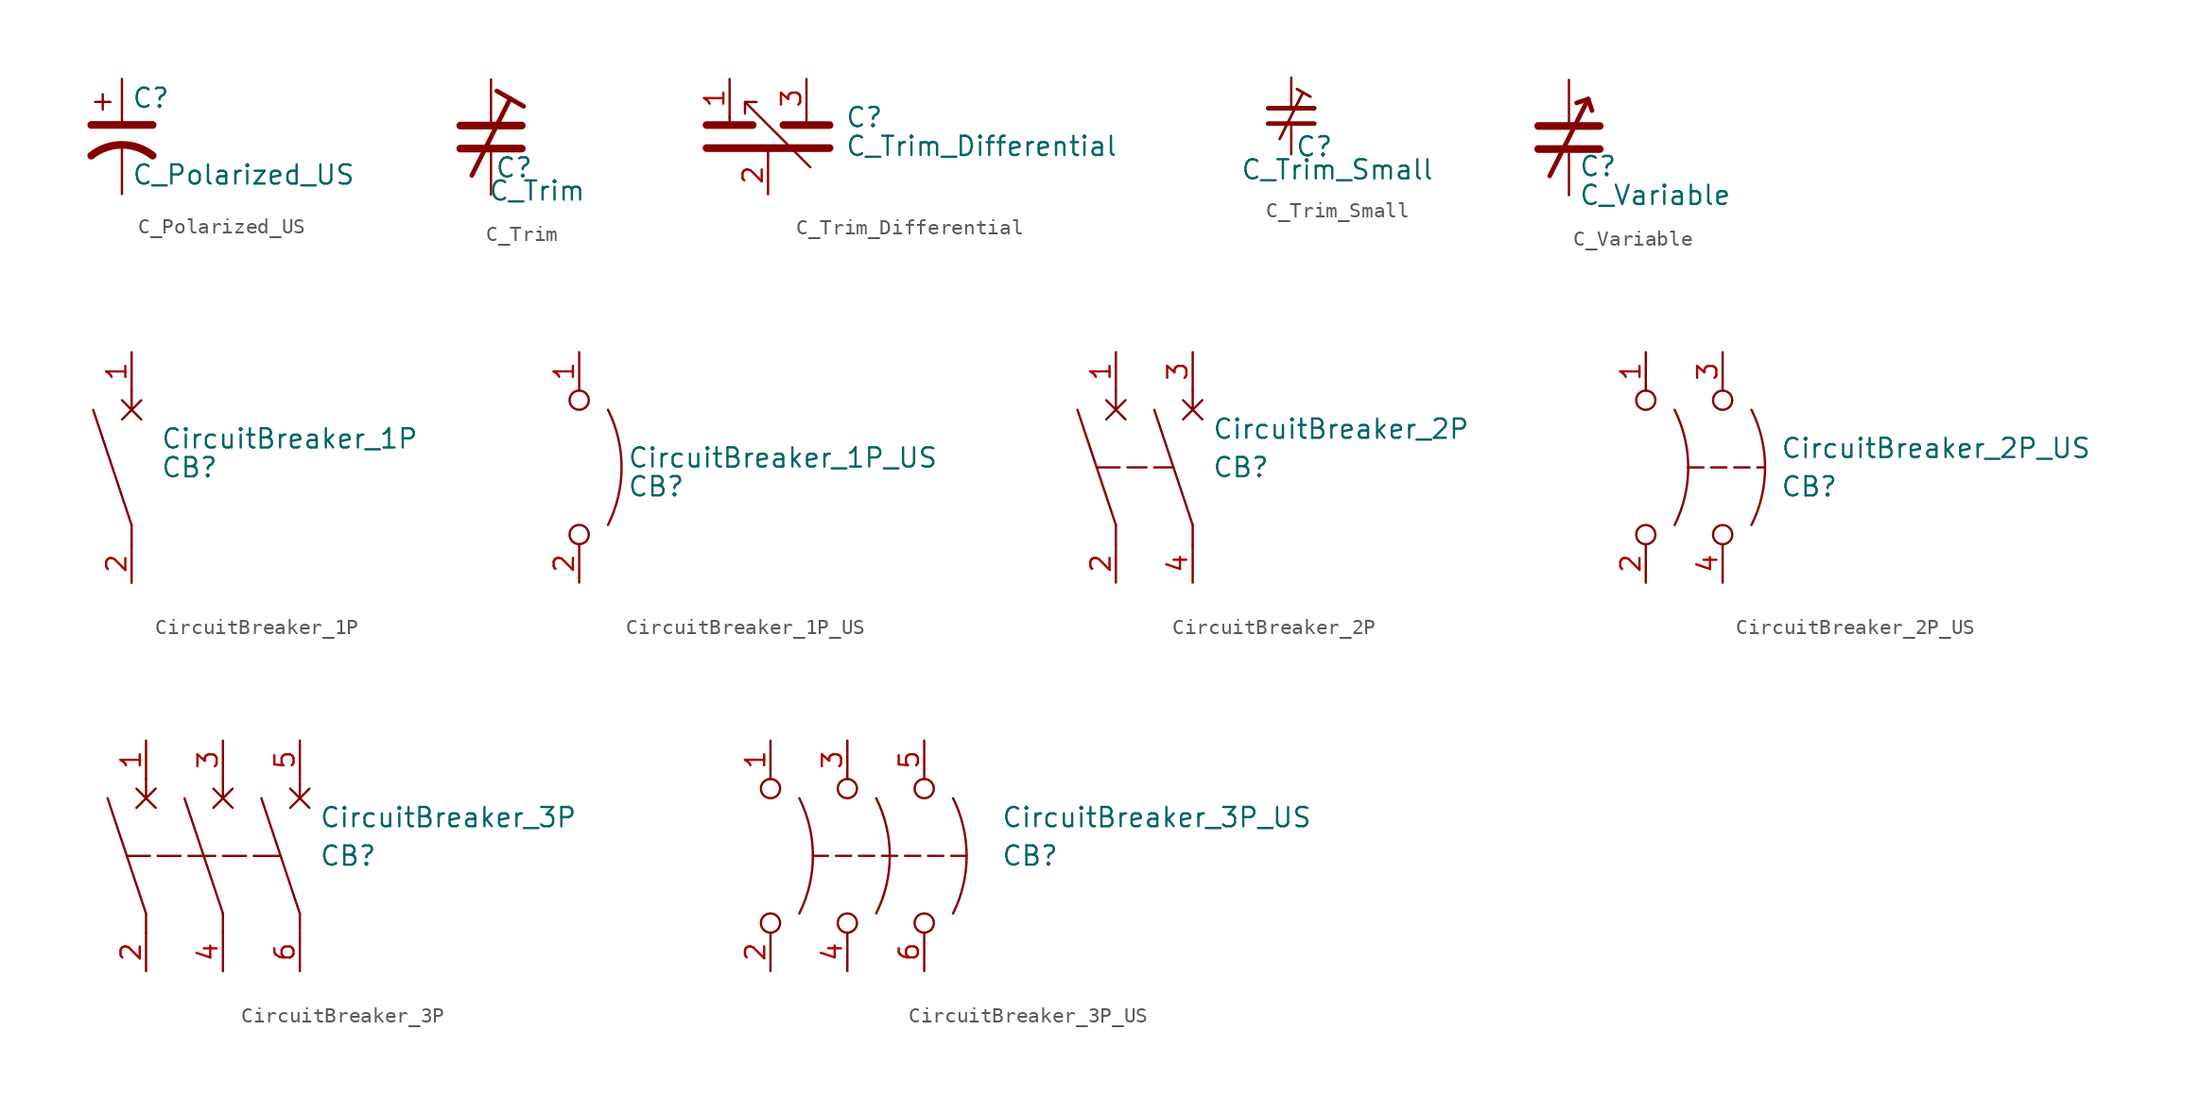
<source format=kicad_sym>
(kicad_symbol_lib
  (version 20241209)
  (generator "kicad_symbol_editor")
  (generator_version "9.0")
  (symbol "C_Polarized_US"
    (pin_numbers
      (hide yes))
    (pin_names
      (offset 0.254)
      (hide yes))
    (property "Reference" "C"
      (at 0.635 2.54 0)
      (effects (font (size 1.27 1.27)) (justify left)))
    (property "Value" "C_Polarized_US"
      (at 0.635 -2.54 0)
      (effects (font (size 1.27 1.27)) (justify left)))
    (symbol "C_Polarized_US_0_1"
      (polyline (pts (xy -2.032 0.762) (xy 2.032 0.762)) (stroke (width 0.508) (type solid)) (fill (type none)))
      (polyline (pts (xy -1.778 2.286) (xy -0.762 2.286)) (stroke (width 0) (type solid)) (fill (type none)))
      (polyline (pts (xy -1.27 1.778) (xy -1.27 2.794)) (stroke (width 0) (type solid)) (fill (type none)))
      (arc (start -2.032 -1.27) (mid 0 -0.5572) (end 2.032 -1.27) (stroke (width 0.508) (type solid)) (fill (type none))))
    (symbol "C_Polarized_US_1_1"
      (pin passive line (at 0 3.81 270) (length 2.794) (name "~" (effects (font (size 1.27 1.27)))) (number "1" (effects (font (size 1.27 1.27)))))
      (pin passive line (at 0 -3.81 90) (length 3.302) (name "~" (effects (font (size 1.27 1.27)))) (number "2" (effects (font (size 1.27 1.27)))))))
  (symbol "C_Trim"
    (pin_numbers
      (hide yes))
    (pin_names
      (offset 0.254)
      (hide yes))
    (property "Reference" "C"
      (at 1.524 -2.032 0)
      (effects (font (size 1.27 1.27))))
    (property "Value" "C_Trim"
      (at 3.048 -3.556 0)
      (effects (font (size 1.27 1.27))))
    (symbol "C_Trim_0_1"
      (polyline (pts (xy -2.032 0.762) (xy 2.032 0.762)) (stroke (width 0.508) (type solid)) (fill (type none)))
      (polyline (pts (xy -2.032 -0.762) (xy 2.032 -0.762)) (stroke (width 0.508) (type solid)) (fill (type none)))
      (polyline (pts (xy 1.27 2.54) (xy -1.27 -2.54)) (stroke (width 0.305) (type solid)) (fill (type none)))
      (polyline (pts (xy 1.27 2.54) (xy 0.381 3.048)) (stroke (width 0.305) (type solid)) (fill (type none)))
      (polyline (pts (xy 1.27 2.54) (xy 2.159 2.032)) (stroke (width 0.305) (type solid)) (fill (type none))))
    (symbol "C_Trim_1_1"
      (pin passive line (at 0 3.81 270) (length 3.048) (name "~" (effects (font (size 1.27 1.27)))) (number "1" (effects (font (size 1.27 1.27)))))
      (pin passive line (at 0 -3.81 90) (length 3.048) (name "~" (effects (font (size 1.27 1.27)))) (number "2" (effects (font (size 1.27 1.27)))))))
  (symbol "C_Trim_Differential"
    (pin_names
      (offset 0.254)
      (hide yes))
    (property "Reference" "C"
      (at 5.08 1.27 0)
      (effects (font (size 1.27 1.27)) (justify left)))
    (property "Value" "C_Trim_Differential"
      (at 5.08 -0.635 0)
      (effects (font (size 1.27 1.27)) (justify left)))
    (symbol "C_Trim_Differential_0_1"
      (polyline (pts (xy -4.064 0.762) (xy -1.016 0.762)) (stroke (width 0.508) (type solid)) (fill (type none)))
      (polyline (pts (xy -4.064 -0.762) (xy 4.064 -0.762)) (stroke (width 0.508) (type solid)) (fill (type none)))
      (polyline (pts (xy -2.54 1.27) (xy -2.54 0.762)) (stroke (width 0) (type solid)) (fill (type none)))
      (polyline (pts (xy -1.524 2.286) (xy 2.794 -2.032)) (stroke (width 0) (type solid)) (fill (type none)))
      (polyline (pts (xy -0.762 2.286) (xy -1.524 2.286) (xy -1.524 1.524)) (stroke (width 0) (type solid)) (fill (type none)))
      (polyline (pts (xy 0 -1.27) (xy 0 -0.762)) (stroke (width 0) (type solid)) (fill (type none)))
      (polyline (pts (xy 1.016 0.762) (xy 4.064 0.762)) (stroke (width 0.508) (type solid)) (fill (type none)))
      (polyline (pts (xy 2.54 1.27) (xy 2.54 0.762)) (stroke (width 0) (type solid)) (fill (type none))))
    (symbol "C_Trim_Differential_1_1"
      (pin passive line (at -2.54 3.81 270) (length 2.54) (name "~" (effects (font (size 1.27 1.27)))) (number "1" (effects (font (size 1.27 1.27)))))
      (pin passive line (at 0 -3.81 90) (length 2.54) (name "~" (effects (font (size 1.27 1.27)))) (number "2" (effects (font (size 1.27 1.27)))))
      (pin passive line (at 2.54 3.81 270) (length 2.54) (name "~" (effects (font (size 1.27 1.27)))) (number "3" (effects (font (size 1.27 1.27)))))))
  (symbol "C_Trim_Small"
    (pin_numbers
      (hide yes))
    (pin_names
      (offset 0.254)
      (hide yes))
    (property "Reference" "C"
      (at 1.524 -2.032 0)
      (effects (font (size 1.27 1.27))))
    (property "Value" "C_Trim_Small"
      (at 3.048 -3.556 0)
      (effects (font (size 1.27 1.27))))
    (symbol "C_Trim_Small_0_1"
      (polyline (pts (xy -1.524 0.508) (xy 1.524 0.508)) (stroke (width 0.305) (type solid)) (fill (type none)))
      (polyline (pts (xy -1.524 -0.508) (xy 1.524 -0.508)) (stroke (width 0.305) (type solid)) (fill (type none)))
      (polyline (pts (xy 0.762 1.524) (xy -0.762 -1.524)) (stroke (width 0.178) (type solid)) (fill (type none)))
      (polyline (pts (xy 1.27 1.27) (xy 0.381 1.778)) (stroke (width 0.178) (type solid)) (fill (type none))))
    (symbol "C_Trim_Small_1_1"
      (pin passive line (at 0 2.54 270) (length 2.032) (name "~" (effects (font (size 1.27 1.27)))) (number "1" (effects (font (size 1.27 1.27)))))
      (pin passive line (at 0 -2.54 90) (length 2.032) (name "~" (effects (font (size 1.27 1.27)))) (number "2" (effects (font (size 1.27 1.27)))))))
  (symbol "C_Variable"
    (pin_numbers
      (hide yes))
    (pin_names
      (offset 0.254)
      (hide yes))
    (property "Reference" "C"
      (at 0.635 -1.905 0)
      (effects (font (size 1.27 1.27)) (justify left)))
    (property "Value" "C_Variable"
      (at 0.635 -3.81 0)
      (effects (font (size 1.27 1.27)) (justify left)))
    (symbol "C_Variable_0_1"
      (polyline (pts (xy -2.032 0.762) (xy 2.032 0.762)) (stroke (width 0.508) (type solid)) (fill (type none)))
      (polyline (pts (xy -2.032 -0.762) (xy 2.032 -0.762)) (stroke (width 0.508) (type solid)) (fill (type none)))
      (polyline (pts (xy 1.27 2.54) (xy -1.27 -2.54)) (stroke (width 0.305) (type solid)) (fill (type none)))
      (polyline (pts (xy 1.27 2.54) (xy 0.508 2.286)) (stroke (width 0.305) (type solid)) (fill (type none)))
      (polyline (pts (xy 1.27 2.54) (xy 1.524 1.778)) (stroke (width 0.305) (type solid)) (fill (type none))))
    (symbol "C_Variable_1_1"
      (pin passive line (at 0 3.81 270) (length 3.048) (name "~" (effects (font (size 1.27 1.27)))) (number "1" (effects (font (size 1.27 1.27)))))
      (pin passive line (at 0 -3.81 90) (length 3.048) (name "~" (effects (font (size 1.27 1.27)))) (number "2" (effects (font (size 1.27 1.27)))))))
  (symbol "CircuitBreaker_1P"
    (property "Reference" "CB"
      (at 1.905 0 0)
      (effects (font (size 1.27 1.27)) (justify left)))
    (property "Value" "CircuitBreaker_1P"
      (at 1.905 1.905 0)
      (effects (font (size 1.27 1.27)) (justify left)))
    (symbol "CircuitBreaker_1P_0_1"
      (polyline (pts (xy 0 -3.81) (xy -2.54 3.81)) (stroke (width 0) (type solid)) (fill (type none)))
      (polyline (pts (xy 0 -5.08) (xy 0 -3.81)) (stroke (width 0) (type solid)) (fill (type none))))
    (symbol "CircuitBreaker_1P_1_1"
      (polyline (pts (xy -0.635 4.445) (xy 0.635 3.175)) (stroke (width 0) (type solid)) (fill (type none)))
      (polyline (pts (xy 0 5.08) (xy 0 3.81)) (stroke (width 0) (type solid)) (fill (type none)))
      (polyline (pts (xy 0.635 4.445) (xy -0.635 3.175)) (stroke (width 0) (type solid)) (fill (type none)))
      (pin passive line (at 0 7.62 270) (length 2.54) (name "~" (effects (font (size 1.27 1.27)))) (number "1" (effects (font (size 1.27 1.27)))))
      (pin passive line (at 0 -7.62 90) (length 2.54) (name "~" (effects (font (size 1.27 1.27)))) (number "2" (effects (font (size 1.27 1.27)))))))
  (symbol "CircuitBreaker_1P_US"
    (property "Reference" "CB"
      (at 3.175 -1.27 0)
      (effects (font (size 1.27 1.27)) (justify left)))
    (property "Value" "CircuitBreaker_1P_US"
      (at 3.175 0.635 0)
      (effects (font (size 1.27 1.27)) (justify left)))
    (symbol "CircuitBreaker_1P_US_0_1"
      (arc (start 1.905 3.81) (mid 2.8044 0) (end 1.905 -3.81) (stroke (width 0) (type solid)) (fill (type none)))
      (circle (center 0 4.445) (radius 0.635) (stroke (width 0) (type solid)) (fill (type none)))
      (circle (center 0 -4.445) (radius 0.635) (stroke (width 0) (type solid)) (fill (type none))))
    (symbol "CircuitBreaker_1P_US_1_1"
      (pin passive line (at 0 7.62 270) (length 2.54) (name "~" (effects (font (size 1.27 1.27)))) (number "1" (effects (font (size 1.27 1.27)))))
      (pin passive line (at 0 -7.62 90) (length 2.54) (name "~" (effects (font (size 1.27 1.27)))) (number "2" (effects (font (size 1.27 1.27)))))))
  (symbol "CircuitBreaker_2P"
    (property "Reference" "CB"
      (at 3.81 0 0)
      (effects (font (size 1.27 1.27)) (justify left)))
    (property "Value" "CircuitBreaker_2P"
      (at 3.81 2.54 0)
      (effects (font (size 1.27 1.27)) (justify left)))
    (symbol "CircuitBreaker_2P_0_1"
      (polyline (pts (xy -3.81 0) (xy -2.286 0)) (stroke (width 0) (type solid)) (fill (type none)))
      (polyline (pts (xy -2.54 -3.81) (xy -5.08 3.81)) (stroke (width 0) (type solid)) (fill (type none)))
      (polyline (pts (xy -1.778 0) (xy -0.508 0)) (stroke (width 0) (type solid)) (fill (type none)))
      (polyline (pts (xy 0 0) (xy 1.27 0)) (stroke (width 0) (type solid)) (fill (type none)))
      (polyline (pts (xy 2.54 -3.81) (xy 0 3.81)) (stroke (width 0) (type solid)) (fill (type none)))
      (polyline (pts (xy 2.54 -5.08) (xy 2.54 -3.81)) (stroke (width 0) (type solid)) (fill (type none))))
    (symbol "CircuitBreaker_2P_1_1"
      (polyline (pts (xy -3.175 4.445) (xy -1.905 3.175)) (stroke (width 0) (type solid)) (fill (type none)))
      (polyline (pts (xy -2.54 5.08) (xy -2.54 3.81)) (stroke (width 0) (type solid)) (fill (type none)))
      (polyline (pts (xy -2.54 -3.81) (xy -2.54 -5.08)) (stroke (width 0) (type solid)) (fill (type none)))
      (polyline (pts (xy -1.905 4.445) (xy -3.175 3.175)) (stroke (width 0) (type solid)) (fill (type none)))
      (polyline (pts (xy 1.905 4.445) (xy 3.175 3.175)) (stroke (width 0) (type solid)) (fill (type none)))
      (polyline (pts (xy 2.54 5.08) (xy 2.54 3.81)) (stroke (width 0) (type solid)) (fill (type none)))
      (polyline (pts (xy 3.175 4.445) (xy 1.905 3.175)) (stroke (width 0) (type solid)) (fill (type none)))
      (pin passive line (at -2.54 7.62 270) (length 2.54) (name "~" (effects (font (size 1.27 1.27)))) (number "1" (effects (font (size 1.27 1.27)))))
      (pin passive line (at -2.54 -7.62 90) (length 2.54) (name "~" (effects (font (size 1.27 1.27)))) (number "2" (effects (font (size 1.27 1.27)))))
      (pin passive line (at 2.54 7.62 270) (length 2.54) (name "~" (effects (font (size 1.27 1.27)))) (number "3" (effects (font (size 1.27 1.27)))))
      (pin passive line (at 2.54 -7.62 90) (length 2.54) (name "~" (effects (font (size 1.27 1.27)))) (number "4" (effects (font (size 1.27 1.27)))))))
  (symbol "CircuitBreaker_2P_US"
    (property "Reference" "CB"
      (at 6.35 -1.27 0)
      (effects (font (size 1.27 1.27)) (justify left)))
    (property "Value" "CircuitBreaker_2P_US"
      (at 6.35 1.27 0)
      (effects (font (size 1.27 1.27)) (justify left)))
    (symbol "CircuitBreaker_2P_US_0_1"
      (arc (start -0.635 3.81) (mid 0.2644 0) (end -0.635 -3.81) (stroke (width 0) (type solid)) (fill (type none)))
      (circle (center -2.54 4.445) (radius 0.635) (stroke (width 0) (type solid)) (fill (type none)))
      (circle (center -2.54 -4.445) (radius 0.635) (stroke (width 0) (type solid)) (fill (type none)))
      (polyline (pts (xy 0.254 0) (xy 0.254 0)) (stroke (width 0) (type solid)) (fill (type none)))
      (polyline (pts (xy 0.254 0) (xy 1.27 0)) (stroke (width 0) (type solid)) (fill (type none)))
      (polyline (pts (xy 1.778 0) (xy 2.794 0)) (stroke (width 0) (type solid)) (fill (type none)))
      (polyline (pts (xy 3.302 0) (xy 4.318 0)) (stroke (width 0) (type solid)) (fill (type none)))
      (polyline (pts (xy 4.826 0) (xy 5.334 0)) (stroke (width 0) (type solid)) (fill (type none))))
    (symbol "CircuitBreaker_2P_US_1_1"
      (arc (start 4.445 3.81) (mid 5.3444 0) (end 4.445 -3.81) (stroke (width 0) (type solid)) (fill (type none)))
      (circle (center 2.54 4.445) (radius 0.635) (stroke (width 0) (type solid)) (fill (type none)))
      (circle (center 2.54 -4.445) (radius 0.635) (stroke (width 0) (type solid)) (fill (type none)))
      (pin passive line (at -2.54 7.62 270) (length 2.54) (name "~" (effects (font (size 1.27 1.27)))) (number "1" (effects (font (size 1.27 1.27)))))
      (pin passive line (at -2.54 -7.62 90) (length 2.54) (name "~" (effects (font (size 1.27 1.27)))) (number "2" (effects (font (size 1.27 1.27)))))
      (pin passive line (at 2.54 7.62 270) (length 2.54) (name "~" (effects (font (size 1.27 1.27)))) (number "3" (effects (font (size 1.27 1.27)))))
      (pin passive line (at 2.54 -7.62 90) (length 2.54) (name "~" (effects (font (size 1.27 1.27)))) (number "4" (effects (font (size 1.27 1.27)))))))
  (symbol "CircuitBreaker_3P"
    (property "Reference" "CB"
      (at 6.35 0 0)
      (effects (font (size 1.27 1.27)) (justify left)))
    (property "Value" "CircuitBreaker_3P"
      (at 6.35 2.54 0)
      (effects (font (size 1.27 1.27)) (justify left)))
    (symbol "CircuitBreaker_3P_0_1"
      (polyline (pts (xy -6.35 0) (xy -4.826 0)) (stroke (width 0) (type solid)) (fill (type none)))
      (polyline (pts (xy -5.715 4.445) (xy -4.445 3.175)) (stroke (width 0) (type solid)) (fill (type none)))
      (polyline (pts (xy -5.08 5.08) (xy -5.08 3.81)) (stroke (width 0) (type solid)) (fill (type none)))
      (polyline (pts (xy -5.08 -3.81) (xy -7.62 3.81)) (stroke (width 0) (type solid)) (fill (type none)))
      (polyline (pts (xy -5.08 -5.08) (xy -5.08 -3.81)) (stroke (width 0) (type solid)) (fill (type none)))
      (polyline (pts (xy -4.445 4.445) (xy -5.715 3.175)) (stroke (width 0) (type solid)) (fill (type none)))
      (polyline (pts (xy -4.318 0) (xy -2.794 0) (xy -3.048 0)) (stroke (width 0) (type solid)) (fill (type none)))
      (polyline (pts (xy -2.286 0) (xy -0.508 0)) (stroke (width 0) (type solid)) (fill (type none)))
      (polyline (pts (xy -0.635 4.445) (xy 0 3.81) (xy 0.635 3.175)) (stroke (width 0) (type solid)) (fill (type none)))
      (polyline (pts (xy 0 5.08) (xy 0 3.81)) (stroke (width 0) (type solid)) (fill (type none)))
      (polyline (pts (xy 0 0) (xy 1.524 0)) (stroke (width 0) (type solid)) (fill (type none)))
      (polyline (pts (xy 0 -3.81) (xy -2.54 3.81)) (stroke (width 0) (type solid)) (fill (type none)))
      (polyline (pts (xy 0 -5.08) (xy 0 -3.81)) (stroke (width 0) (type solid)) (fill (type none)))
      (polyline (pts (xy 0.635 4.445) (xy -0.635 3.175)) (stroke (width 0) (type solid)) (fill (type none)))
      (polyline (pts (xy 2.032 0) (xy 3.81 0)) (stroke (width 0) (type solid)) (fill (type none)))
      (polyline (pts (xy 4.445 4.445) (xy 5.715 3.175)) (stroke (width 0) (type solid)) (fill (type none)))
      (polyline (pts (xy 5.08 5.08) (xy 5.08 3.81)) (stroke (width 0) (type solid)) (fill (type none)))
      (polyline (pts (xy 5.08 -3.81) (xy 2.54 3.81)) (stroke (width 0) (type solid)) (fill (type none)))
      (polyline (pts (xy 5.08 -5.08) (xy 5.08 -3.81)) (stroke (width 0) (type solid)) (fill (type none)))
      (polyline (pts (xy 5.715 4.445) (xy 4.445 3.175)) (stroke (width 0) (type solid)) (fill (type none))))
    (symbol "CircuitBreaker_3P_1_1"
      (pin passive line (at -5.08 7.62 270) (length 2.54) (name "~" (effects (font (size 1.27 1.27)))) (number "1" (effects (font (size 1.27 1.27)))))
      (pin passive line (at -5.08 -7.62 90) (length 2.54) (name "~" (effects (font (size 1.27 1.27)))) (number "2" (effects (font (size 1.27 1.27)))))
      (pin passive line (at 0 7.62 270) (length 2.54) (name "~" (effects (font (size 1.27 1.27)))) (number "3" (effects (font (size 1.27 1.27)))))
      (pin passive line (at 0 -7.62 90) (length 2.54) (name "~" (effects (font (size 1.27 1.27)))) (number "4" (effects (font (size 1.27 1.27)))))
      (pin passive line (at 5.08 7.62 270) (length 2.54) (name "~" (effects (font (size 1.27 1.27)))) (number "5" (effects (font (size 1.27 1.27)))))
      (pin passive line (at 5.08 -7.62 90) (length 2.54) (name "~" (effects (font (size 1.27 1.27)))) (number "6" (effects (font (size 1.27 1.27)))))))
  (symbol "CircuitBreaker_3P_US"
    (property "Reference" "CB"
      (at 10.16 0 0)
      (effects (font (size 1.27 1.27)) (justify left)))
    (property "Value" "CircuitBreaker_3P_US"
      (at 10.16 2.54 0)
      (effects (font (size 1.27 1.27)) (justify left)))
    (symbol "CircuitBreaker_3P_US_0_1"
      (arc (start 1.905 3.81) (mid 2.8044 0) (end 1.905 -3.81) (stroke (width 0) (type solid)) (fill (type none)))
      (polyline (pts (xy -2.286 0) (xy -1.27 0)) (stroke (width 0) (type solid)) (fill (type none)))
      (polyline (pts (xy -0.762 0) (xy 0.254 0)) (stroke (width 0) (type solid)) (fill (type none)))
      (circle (center 0 4.445) (radius 0.635) (stroke (width 0) (type solid)) (fill (type none)))
      (circle (center 0 -4.445) (radius 0.635) (stroke (width 0) (type solid)) (fill (type none)))
      (polyline (pts (xy 0.762 0) (xy 1.778 0)) (stroke (width 0) (type solid)) (fill (type none)))
      (polyline (pts (xy 2.286 0) (xy 3.302 0)) (stroke (width 0) (type solid)) (fill (type none)))
      (polyline (pts (xy 3.81 0) (xy 4.826 0)) (stroke (width 0) (type solid)) (fill (type none)))
      (polyline (pts (xy 5.334 0) (xy 6.35 0)) (stroke (width 0) (type solid)) (fill (type none)))
      (polyline (pts (xy 6.858 0) (xy 7.874 0)) (stroke (width 0) (type solid)) (fill (type none))))
    (symbol "CircuitBreaker_3P_US_1_1"
      (arc (start -3.175 3.81) (mid -2.2756 0) (end -3.175 -3.81) (stroke (width 0) (type solid)) (fill (type none)))
      (circle (center -5.08 4.445) (radius 0.635) (stroke (width 0) (type solid)) (fill (type none)))
      (circle (center -5.08 -4.445) (radius 0.635) (stroke (width 0) (type solid)) (fill (type none)))
      (arc (start 6.985 3.81) (mid 7.8844 0) (end 6.985 -3.81) (stroke (width 0) (type solid)) (fill (type none)))
      (circle (center 5.08 4.445) (radius 0.635) (stroke (width 0) (type solid)) (fill (type none)))
      (circle (center 5.08 -4.445) (radius 0.635) (stroke (width 0) (type solid)) (fill (type none)))
      (pin passive line (at -5.08 7.62 270) (length 2.54) (name "~" (effects (font (size 1.27 1.27)))) (number "1" (effects (font (size 1.27 1.27)))))
      (pin passive line (at -5.08 -7.62 90) (length 2.54) (name "~" (effects (font (size 1.27 1.27)))) (number "2" (effects (font (size 1.27 1.27)))))
      (pin passive line (at 0 7.62 270) (length 2.54) (name "~" (effects (font (size 1.27 1.27)))) (number "3" (effects (font (size 1.27 1.27)))))
      (pin passive line (at 0 -7.62 90) (length 2.54) (name "~" (effects (font (size 1.27 1.27)))) (number "4" (effects (font (size 1.27 1.27)))))
      (pin passive line (at 5.08 7.62 270) (length 2.54) (name "~" (effects (font (size 1.27 1.27)))) (number "5" (effects (font (size 1.27 1.27)))))
      (pin passive line (at 5.08 -7.62 90) (length 2.54) (name "~" (effects (font (size 1.27 1.27)))) (number "6" (effects (font (size 1.27 1.27))))))))
</source>
